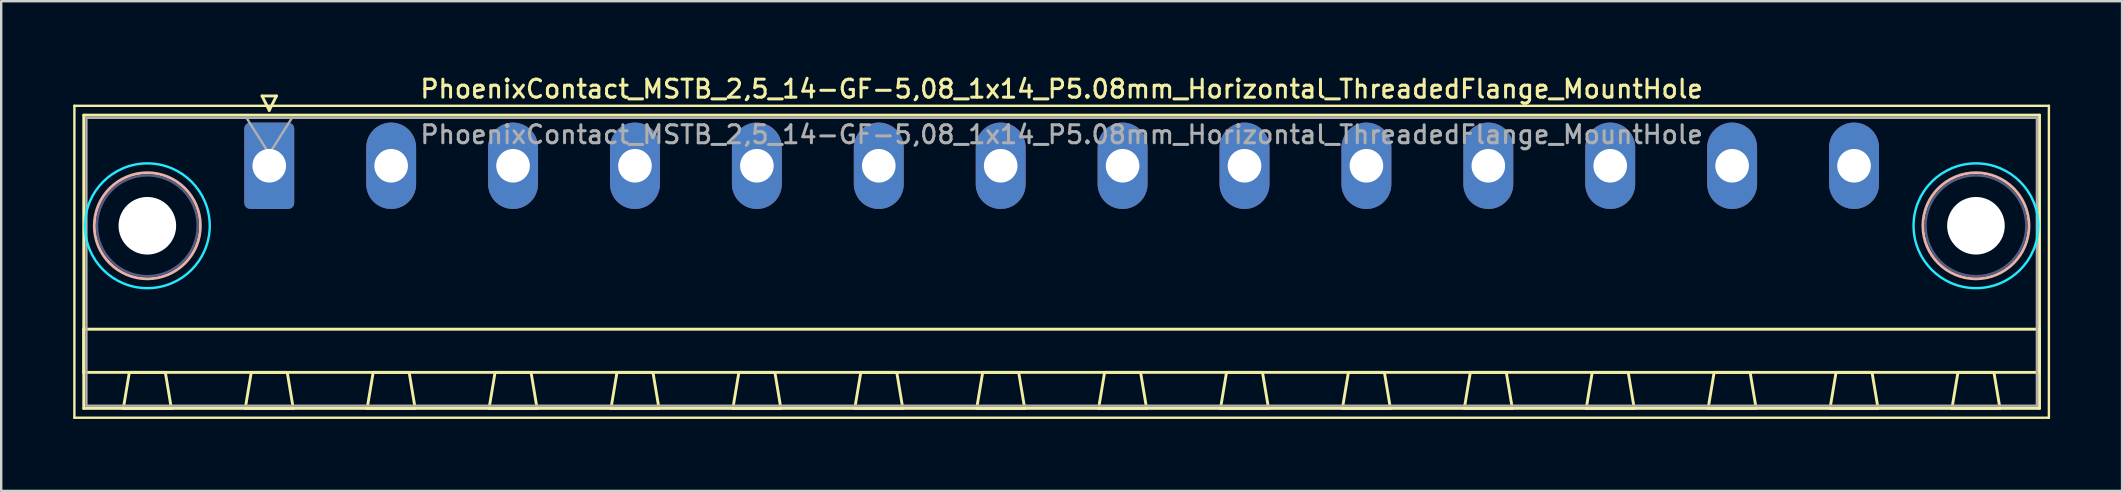
<source format=kicad_pcb>
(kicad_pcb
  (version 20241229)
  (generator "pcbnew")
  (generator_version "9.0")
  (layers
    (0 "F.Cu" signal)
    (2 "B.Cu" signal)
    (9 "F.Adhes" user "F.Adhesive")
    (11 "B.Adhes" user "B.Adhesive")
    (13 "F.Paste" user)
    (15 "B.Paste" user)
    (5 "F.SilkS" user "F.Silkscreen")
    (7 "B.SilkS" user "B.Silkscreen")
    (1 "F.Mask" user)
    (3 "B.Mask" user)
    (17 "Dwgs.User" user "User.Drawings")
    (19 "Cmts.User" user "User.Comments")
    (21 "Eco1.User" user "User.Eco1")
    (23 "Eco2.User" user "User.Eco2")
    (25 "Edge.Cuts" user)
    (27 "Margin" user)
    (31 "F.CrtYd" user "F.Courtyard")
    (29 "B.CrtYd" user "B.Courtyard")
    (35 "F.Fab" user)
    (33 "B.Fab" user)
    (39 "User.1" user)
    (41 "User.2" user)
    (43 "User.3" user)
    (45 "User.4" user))
  (footprint "PhoenixContact_MSTB_2,5_14-GF-5,08_1x14_P5.08mm_Horizontal_ThreadedFlange_MountHole"
    (layer "F.Cu")
    (at 8.17 3.858)
    (property "Reference" "PhoenixContact_MSTB_2,5_14-GF-5,08_1x14_P5.08mm_Horizontal_ThreadedFlange_MountHole" (at 33.02 -3.2 0) (layer "F.SilkS") (effects (font (size 0.75 0.75) (thickness 0.125))))
    (attr through_hole)
    (fp_line (start -8.12 -2.5) (end -8.12 10.5) (stroke (width 0.1) (type solid)) (layer "F.SilkS"))
    (fp_line (start -8.12 10.5) (end 74.16 10.5) (stroke (width 0.1) (type solid)) (layer "F.SilkS"))
    (fp_line (start -7.73 -2.11) (end -7.73 10.11) (stroke (width 0.12) (type solid)) (layer "F.SilkS"))
    (fp_line (start -7.73 6.81) (end 73.77 6.81) (stroke (width 0.12) (type solid)) (layer "F.SilkS"))
    (fp_line (start -7.73 8.61) (end -7.73 6.81) (stroke (width 0.12) (type solid)) (layer "F.SilkS"))
    (fp_line (start -7.73 10.11) (end 73.77 10.11) (stroke (width 0.12) (type solid)) (layer "F.SilkS"))
    (fp_line (start -6.08 10.11) (end -4.08 10.11) (stroke (width 0.12) (type solid)) (layer "F.SilkS"))
    (fp_line (start -5.83 8.61) (end -6.08 10.11) (stroke (width 0.12) (type solid)) (layer "F.SilkS"))
    (fp_line (start -4.33 8.61) (end -5.83 8.61) (stroke (width 0.12) (type solid)) (layer "F.SilkS"))
    (fp_line (start -4.08 10.11) (end -4.33 8.61) (stroke (width 0.12) (type solid)) (layer "F.SilkS"))
    (fp_line (start -1 10.11) (end 1 10.11) (stroke (width 0.12) (type solid)) (layer "F.SilkS"))
    (fp_line (start -0.75 8.61) (end -1 10.11) (stroke (width 0.12) (type solid)) (layer "F.SilkS"))
    (fp_line (start -0.3 -2.91) (end 0.3 -2.91) (stroke (width 0.12) (type solid)) (layer "F.SilkS"))
    (fp_line (start 0 -2.31) (end -0.3 -2.91) (stroke (width 0.12) (type solid)) (layer "F.SilkS"))
    (fp_line (start 0.3 -2.91) (end 0 -2.31) (stroke (width 0.12) (type solid)) (layer "F.SilkS"))
    (fp_line (start 0.75 8.61) (end -0.75 8.61) (stroke (width 0.12) (type solid)) (layer "F.SilkS"))
    (fp_line (start 1 10.11) (end 0.75 8.61) (stroke (width 0.12) (type solid)) (layer "F.SilkS"))
    (fp_line (start 4.08 10.11) (end 6.08 10.11) (stroke (width 0.12) (type solid)) (layer "F.SilkS"))
    (fp_line (start 4.33 8.61) (end 4.08 10.11) (stroke (width 0.12) (type solid)) (layer "F.SilkS"))
    (fp_line (start 5.83 8.61) (end 4.33 8.61) (stroke (width 0.12) (type solid)) (layer "F.SilkS"))
    (fp_line (start 6.08 10.11) (end 5.83 8.61) (stroke (width 0.12) (type solid)) (layer "F.SilkS"))
    (fp_line (start 9.16 10.11) (end 11.16 10.11) (stroke (width 0.12) (type solid)) (layer "F.SilkS"))
    (fp_line (start 9.41 8.61) (end 9.16 10.11) (stroke (width 0.12) (type solid)) (layer "F.SilkS"))
    (fp_line (start 10.91 8.61) (end 9.41 8.61) (stroke (width 0.12) (type solid)) (layer "F.SilkS"))
    (fp_line (start 11.16 10.11) (end 10.91 8.61) (stroke (width 0.12) (type solid)) (layer "F.SilkS"))
    (fp_line (start 14.24 10.11) (end 16.24 10.11) (stroke (width 0.12) (type solid)) (layer "F.SilkS"))
    (fp_line (start 14.49 8.61) (end 14.24 10.11) (stroke (width 0.12) (type solid)) (layer "F.SilkS"))
    (fp_line (start 15.99 8.61) (end 14.49 8.61) (stroke (width 0.12) (type solid)) (layer "F.SilkS"))
    (fp_line (start 16.24 10.11) (end 15.99 8.61) (stroke (width 0.12) (type solid)) (layer "F.SilkS"))
    (fp_line (start 19.32 10.11) (end 21.32 10.11) (stroke (width 0.12) (type solid)) (layer "F.SilkS"))
    (fp_line (start 19.57 8.61) (end 19.32 10.11) (stroke (width 0.12) (type solid)) (layer "F.SilkS"))
    (fp_line (start 21.07 8.61) (end 19.57 8.61) (stroke (width 0.12) (type solid)) (layer "F.SilkS"))
    (fp_line (start 21.32 10.11) (end 21.07 8.61) (stroke (width 0.12) (type solid)) (layer "F.SilkS"))
    (fp_line (start 24.4 10.11) (end 26.4 10.11) (stroke (width 0.12) (type solid)) (layer "F.SilkS"))
    (fp_line (start 24.65 8.61) (end 24.4 10.11) (stroke (width 0.12) (type solid)) (layer "F.SilkS"))
    (fp_line (start 26.15 8.61) (end 24.65 8.61) (stroke (width 0.12) (type solid)) (layer "F.SilkS"))
    (fp_line (start 26.4 10.11) (end 26.15 8.61) (stroke (width 0.12) (type solid)) (layer "F.SilkS"))
    (fp_line (start 29.48 10.11) (end 31.48 10.11) (stroke (width 0.12) (type solid)) (layer "F.SilkS"))
    (fp_line (start 29.73 8.61) (end 29.48 10.11) (stroke (width 0.12) (type solid)) (layer "F.SilkS"))
    (fp_line (start 31.23 8.61) (end 29.73 8.61) (stroke (width 0.12) (type solid)) (layer "F.SilkS"))
    (fp_line (start 31.48 10.11) (end 31.23 8.61) (stroke (width 0.12) (type solid)) (layer "F.SilkS"))
    (fp_line (start 34.56 10.11) (end 36.56 10.11) (stroke (width 0.12) (type solid)) (layer "F.SilkS"))
    (fp_line (start 34.81 8.61) (end 34.56 10.11) (stroke (width 0.12) (type solid)) (layer "F.SilkS"))
    (fp_line (start 36.31 8.61) (end 34.81 8.61) (stroke (width 0.12) (type solid)) (layer "F.SilkS"))
    (fp_line (start 36.56 10.11) (end 36.31 8.61) (stroke (width 0.12) (type solid)) (layer "F.SilkS"))
    (fp_line (start 39.64 10.11) (end 41.64 10.11) (stroke (width 0.12) (type solid)) (layer "F.SilkS"))
    (fp_line (start 39.89 8.61) (end 39.64 10.11) (stroke (width 0.12) (type solid)) (layer "F.SilkS"))
    (fp_line (start 41.39 8.61) (end 39.89 8.61) (stroke (width 0.12) (type solid)) (layer "F.SilkS"))
    (fp_line (start 41.64 10.11) (end 41.39 8.61) (stroke (width 0.12) (type solid)) (layer "F.SilkS"))
    (fp_line (start 44.72 10.11) (end 46.72 10.11) (stroke (width 0.12) (type solid)) (layer "F.SilkS"))
    (fp_line (start 44.97 8.61) (end 44.72 10.11) (stroke (width 0.12) (type solid)) (layer "F.SilkS"))
    (fp_line (start 46.47 8.61) (end 44.97 8.61) (stroke (width 0.12) (type solid)) (layer "F.SilkS"))
    (fp_line (start 46.72 10.11) (end 46.47 8.61) (stroke (width 0.12) (type solid)) (layer "F.SilkS"))
    (fp_line (start 49.8 10.11) (end 51.8 10.11) (stroke (width 0.12) (type solid)) (layer "F.SilkS"))
    (fp_line (start 50.05 8.61) (end 49.8 10.11) (stroke (width 0.12) (type solid)) (layer "F.SilkS"))
    (fp_line (start 51.55 8.61) (end 50.05 8.61) (stroke (width 0.12) (type solid)) (layer "F.SilkS"))
    (fp_line (start 51.8 10.11) (end 51.55 8.61) (stroke (width 0.12) (type solid)) (layer "F.SilkS"))
    (fp_line (start 54.88 10.11) (end 56.88 10.11) (stroke (width 0.12) (type solid)) (layer "F.SilkS"))
    (fp_line (start 55.13 8.61) (end 54.88 10.11) (stroke (width 0.12) (type solid)) (layer "F.SilkS"))
    (fp_line (start 56.63 8.61) (end 55.13 8.61) (stroke (width 0.12) (type solid)) (layer "F.SilkS"))
    (fp_line (start 56.88 10.11) (end 56.63 8.61) (stroke (width 0.12) (type solid)) (layer "F.SilkS"))
    (fp_line (start 59.96 10.11) (end 61.96 10.11) (stroke (width 0.12) (type solid)) (layer "F.SilkS"))
    (fp_line (start 60.21 8.61) (end 59.96 10.11) (stroke (width 0.12) (type solid)) (layer "F.SilkS"))
    (fp_line (start 61.71 8.61) (end 60.21 8.61) (stroke (width 0.12) (type solid)) (layer "F.SilkS"))
    (fp_line (start 61.96 10.11) (end 61.71 8.61) (stroke (width 0.12) (type solid)) (layer "F.SilkS"))
    (fp_line (start 65.04 10.11) (end 67.04 10.11) (stroke (width 0.12) (type solid)) (layer "F.SilkS"))
    (fp_line (start 65.29 8.61) (end 65.04 10.11) (stroke (width 0.12) (type solid)) (layer "F.SilkS"))
    (fp_line (start 66.79 8.61) (end 65.29 8.61) (stroke (width 0.12) (type solid)) (layer "F.SilkS"))
    (fp_line (start 67.04 10.11) (end 66.79 8.61) (stroke (width 0.12) (type solid)) (layer "F.SilkS"))
    (fp_line (start 70.12 10.11) (end 72.12 10.11) (stroke (width 0.12) (type solid)) (layer "F.SilkS"))
    (fp_line (start 70.37 8.61) (end 70.12 10.11) (stroke (width 0.12) (type solid)) (layer "F.SilkS"))
    (fp_line (start 71.87 8.61) (end 70.37 8.61) (stroke (width 0.12) (type solid)) (layer "F.SilkS"))
    (fp_line (start 72.12 10.11) (end 71.87 8.61) (stroke (width 0.12) (type solid)) (layer "F.SilkS"))
    (fp_line (start 73.77 -2.11) (end -7.73 -2.11) (stroke (width 0.12) (type solid)) (layer "F.SilkS"))
    (fp_line (start 73.77 6.81) (end 73.77 8.61) (stroke (width 0.12) (type solid)) (layer "F.SilkS"))
    (fp_line (start 73.77 8.61) (end -7.73 8.61) (stroke (width 0.12) (type solid)) (layer "F.SilkS"))
    (fp_line (start 73.77 10.11) (end 73.77 -2.11) (stroke (width 0.12) (type solid)) (layer "F.SilkS"))
    (fp_line (start 74.16 -2.5) (end -8.12 -2.5) (stroke (width 0.1) (type solid)) (layer "F.SilkS"))
    (fp_line (start 74.16 10.5) (end 74.16 -2.5) (stroke (width 0.1) (type solid)) (layer "F.SilkS"))
    (fp_circle (center -5.08 2.5) (end -2.87 2.5) (stroke (width 0.12) (type solid)) (fill no) (layer "B.SilkS"))
    (fp_circle (center 71.12 2.5) (end 73.33 2.5) (stroke (width 0.12) (type solid)) (fill no) (layer "B.SilkS"))
    (fp_circle (center -5.08 2.5) (end -2.48 2.5) (stroke (width 0.1) (type solid)) (fill no) (layer "B.CrtYd"))
    (fp_circle (center 71.12 2.5) (end 73.72 2.5) (stroke (width 0.1) (type solid)) (fill no) (layer "B.CrtYd"))
    (fp_circle (center -5.08 2.5) (end -2.98 2.5) (stroke (width 0.1) (type solid)) (fill no) (layer "B.Fab"))
    (fp_circle (center 71.12 2.5) (end 73.22 2.5) (stroke (width 0.1) (type solid)) (fill no) (layer "B.Fab"))
    (fp_line (start -7.62 -2) (end -7.62 10) (stroke (width 0.1) (type solid)) (layer "F.Fab"))
    (fp_line (start -7.62 10) (end 73.66 10) (stroke (width 0.1) (type solid)) (layer "F.Fab"))
    (fp_line (start 0 -0.5) (end -0.95 -2) (stroke (width 0.1) (type solid)) (layer "F.Fab"))
    (fp_line (start 0.95 -2) (end 0 -0.5) (stroke (width 0.1) (type solid)) (layer "F.Fab"))
    (fp_line (start 73.66 -2) (end -7.62 -2) (stroke (width 0.1) (type solid)) (layer "F.Fab"))
    (fp_line (start 73.66 10) (end 73.66 -2) (stroke (width 0.1) (type solid)) (layer "F.Fab"))
    (fp_text user "${REFERENCE}" (at 33.02 -1.3 0) (layer "F.Fab") (effects (font (size 0.75 0.75) (thickness 0.125))))
    (pad "" np_thru_hole circle (at -5.08 2.5) (size 2.4 2.4) (drill 2.4) (layers "*.Cu" "*.Mask"))
    (pad "" np_thru_hole circle (at 71.12 2.5) (size 2.4 2.4) (drill 2.4) (layers "*.Cu" "*.Mask"))
    (pad "1" thru_hole roundrect (at 0 0) (size 2.08 3.6) (drill 1.4) (layers "*.Cu" "*.Mask") (roundrect_rratio 0.12))
    (pad "2" thru_hole oval (at 5.08 0) (size 2.08 3.6) (drill 1.4) (layers "*.Cu" "*.Mask"))
    (pad "3" thru_hole oval (at 10.16 0) (size 2.08 3.6) (drill 1.4) (layers "*.Cu" "*.Mask"))
    (pad "4" thru_hole oval (at 15.24 0) (size 2.08 3.6) (drill 1.4) (layers "*.Cu" "*.Mask"))
    (pad "5" thru_hole oval (at 20.32 0) (size 2.08 3.6) (drill 1.4) (layers "*.Cu" "*.Mask"))
    (pad "6" thru_hole oval (at 25.4 0) (size 2.08 3.6) (drill 1.4) (layers "*.Cu" "*.Mask"))
    (pad "7" thru_hole oval (at 30.48 0) (size 2.08 3.6) (drill 1.4) (layers "*.Cu" "*.Mask"))
    (pad "8" thru_hole oval (at 35.56 0) (size 2.08 3.6) (drill 1.4) (layers "*.Cu" "*.Mask"))
    (pad "9" thru_hole oval (at 40.64 0) (size 2.08 3.6) (drill 1.4) (layers "*.Cu" "*.Mask"))
    (pad "10" thru_hole oval (at 45.72 0) (size 2.08 3.6) (drill 1.4) (layers "*.Cu" "*.Mask"))
    (pad "11" thru_hole oval (at 50.8 0) (size 2.08 3.6) (drill 1.4) (layers "*.Cu" "*.Mask"))
    (pad "12" thru_hole oval (at 55.88 0) (size 2.08 3.6) (drill 1.4) (layers "*.Cu" "*.Mask"))
    (pad "13" thru_hole oval (at 60.96 0) (size 2.08 3.6) (drill 1.4) (layers "*.Cu" "*.Mask"))
    (pad "14" thru_hole oval (at 66.04 0) (size 2.08 3.6) (drill 1.4) (layers "*.Cu" "*.Mask")))
  (gr_rect
    (start -3 -3)
    (end 85.38 17.408)
    (stroke (width 0.1) (type default))
    (fill no)
    (layer "Edge.Cuts")))
</source>
